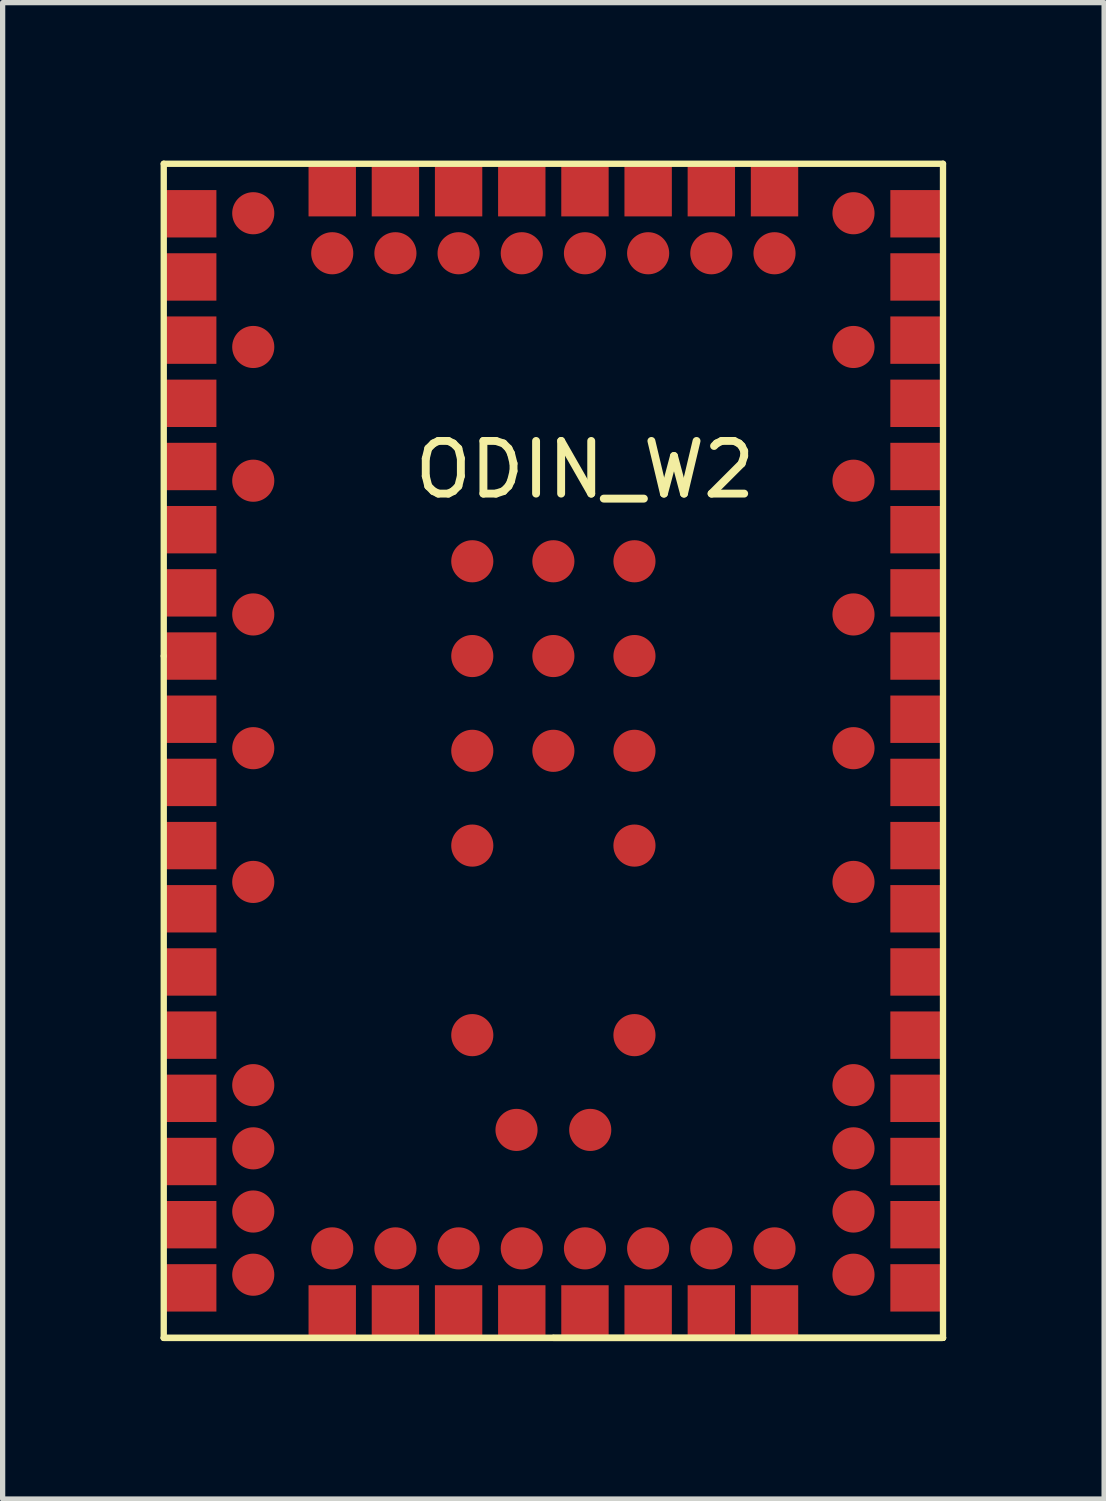
<source format=kicad_pcb>
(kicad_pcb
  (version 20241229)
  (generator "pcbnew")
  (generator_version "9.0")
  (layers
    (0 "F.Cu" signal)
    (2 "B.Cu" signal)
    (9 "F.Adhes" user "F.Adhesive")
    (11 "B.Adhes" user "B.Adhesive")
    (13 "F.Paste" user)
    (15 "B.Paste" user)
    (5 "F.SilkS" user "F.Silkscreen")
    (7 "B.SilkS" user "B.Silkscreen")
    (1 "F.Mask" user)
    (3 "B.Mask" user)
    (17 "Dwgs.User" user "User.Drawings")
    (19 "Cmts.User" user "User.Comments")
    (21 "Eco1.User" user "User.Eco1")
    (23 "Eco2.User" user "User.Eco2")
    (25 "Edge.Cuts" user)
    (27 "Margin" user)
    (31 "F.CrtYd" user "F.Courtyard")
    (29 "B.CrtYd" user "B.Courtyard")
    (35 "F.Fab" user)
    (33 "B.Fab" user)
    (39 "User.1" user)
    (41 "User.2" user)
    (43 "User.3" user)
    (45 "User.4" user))
  (footprint "ODIN_W2"
    (layer "F.Cu")
    (at 7.46 9.41)
    (property "Reference" "ODIN_W2" (at 0.6 -3.54 0) (layer "F.SilkS") (effects (font (size 1 1) (thickness 0.15))))
    (attr through_hole)
    (fp_line (start -7.4 -9.35) (end 7.4 -9.35) (stroke (width 0.12) (type solid)) (layer "F.SilkS"))
    (fp_line (start -7.4 0) (end -7.4 -9.35) (stroke (width 0.12) (type solid)) (layer "F.SilkS"))
    (fp_line (start -7.4 0) (end -7.4 12.95) (stroke (width 0.12) (type solid)) (layer "F.SilkS"))
    (fp_line (start -7.4 12.95) (end 7.4 12.95) (stroke (width 0.12) (type solid)) (layer "F.SilkS"))
    (fp_line (start 0 12.95) (end -7.4 12.95) (stroke (width 0.12) (type solid)) (layer "F.SilkS"))
    (fp_line (start 0 12.95) (end 7.4 12.95) (stroke (width 0.12) (type solid)) (layer "F.SilkS"))
    (fp_line (start 7.4 -9.35) (end 7.4 12.95) (stroke (width 0.12) (type solid)) (layer "F.SilkS"))
    (fp_line (start 7.4 12.95) (end 0 12.95) (stroke (width 0.12) (type solid)) (layer "F.SilkS"))
    (pad "A1" smd rect (at -6.9 -8.4) (size 1 0.9) (layers "F.Cu" "F.Mask" "F.Paste"))
    (pad "A2" smd rect (at -6.9 -7.2) (size 1 0.9) (layers "F.Cu" "F.Mask" "F.Paste"))
    (pad "A3" smd rect (at -6.9 -6) (size 1 0.9) (layers "F.Cu" "F.Mask" "F.Paste"))
    (pad "A4" smd rect (at -6.9 -4.8) (size 1 0.9) (layers "F.Cu" "F.Mask" "F.Paste"))
    (pad "A5" smd rect (at -6.9 -3.6) (size 1 0.9) (layers "F.Cu" "F.Mask" "F.Paste"))
    (pad "A6" smd rect (at -6.9 -2.4) (size 1 0.9) (layers "F.Cu" "F.Mask" "F.Paste"))
    (pad "A7" smd rect (at -6.9 -1.2) (size 1 0.9) (layers "F.Cu" "F.Mask" "F.Paste"))
    (pad "A8" smd rect (at -6.9 0) (size 1 0.9) (layers "F.Cu" "F.Mask" "F.Paste"))
    (pad "A9" smd rect (at -6.9 1.2) (size 1 0.9) (layers "F.Cu" "F.Mask" "F.Paste"))
    (pad "A10" smd rect (at -6.9 2.4) (size 1 0.9) (layers "F.Cu" "F.Mask" "F.Paste"))
    (pad "A11" smd rect (at -6.9 3.6) (size 1 0.9) (layers "F.Cu" "F.Mask" "F.Paste"))
    (pad "A12" smd rect (at -6.9 4.8) (size 1 0.9) (layers "F.Cu" "F.Mask" "F.Paste"))
    (pad "A13" smd rect (at -6.9 6) (size 1 0.9) (layers "F.Cu" "F.Mask" "F.Paste"))
    (pad "A14" smd rect (at -6.9 7.2) (size 1 0.9) (layers "F.Cu" "F.Mask" "F.Paste"))
    (pad "A15" smd rect (at -6.9 8.4) (size 1 0.9) (layers "F.Cu" "F.Mask" "F.Paste"))
    (pad "A16" smd rect (at -6.9 9.6) (size 1 0.9) (layers "F.Cu" "F.Mask" "F.Paste"))
    (pad "A17" smd rect (at -6.9 10.8) (size 1 0.9) (layers "F.Cu" "F.Mask" "F.Paste"))
    (pad "A18" smd rect (at -6.9 12) (size 1 0.9) (layers "F.Cu" "F.Mask" "F.Paste"))
    (pad "B1" smd rect (at -4.2 12.45) (size 0.9 1) (layers "F.Cu" "F.Mask" "F.Paste"))
    (pad "B2" smd rect (at -3 12.45) (size 0.9 1) (layers "F.Cu" "F.Mask" "F.Paste"))
    (pad "B3" smd rect (at -1.8 12.45) (size 0.9 1) (layers "F.Cu" "F.Mask" "F.Paste"))
    (pad "B4" smd rect (at -0.6 12.45) (size 0.9 1) (layers "F.Cu" "F.Mask" "F.Paste"))
    (pad "B5" smd rect (at 0.6 12.45) (size 0.9 1) (layers "F.Cu" "F.Mask" "F.Paste"))
    (pad "B6" smd rect (at 1.8 12.45) (size 0.9 1) (layers "F.Cu" "F.Mask" "F.Paste"))
    (pad "B7" smd rect (at 3 12.45) (size 0.9 1) (layers "F.Cu" "F.Mask" "F.Paste"))
    (pad "B8" smd rect (at 4.2 12.45) (size 0.9 1) (layers "F.Cu" "F.Mask" "F.Paste"))
    (pad "C1" smd rect (at 6.9 12) (size 1 0.9) (layers "F.Cu" "F.Mask" "F.Paste"))
    (pad "C2" smd rect (at 6.9 10.8) (size 1 0.9) (layers "F.Cu" "F.Mask" "F.Paste"))
    (pad "C3" smd rect (at 6.9 9.6) (size 1 0.9) (layers "F.Cu" "F.Mask" "F.Paste"))
    (pad "C4" smd rect (at 6.9 8.4) (size 1 0.9) (layers "F.Cu" "F.Mask" "F.Paste"))
    (pad "C5" smd rect (at 6.9 7.2) (size 1 0.9) (layers "F.Cu" "F.Mask" "F.Paste"))
    (pad "C6" smd rect (at 6.9 6) (size 1 0.9) (layers "F.Cu" "F.Mask" "F.Paste"))
    (pad "C7" smd rect (at 6.9 4.8) (size 1 0.9) (layers "F.Cu" "F.Mask" "F.Paste"))
    (pad "C8" smd rect (at 6.9 3.6) (size 1 0.9) (layers "F.Cu" "F.Mask" "F.Paste"))
    (pad "C9" smd rect (at 6.9 2.4) (size 1 0.9) (layers "F.Cu" "F.Mask" "F.Paste"))
    (pad "C10" smd rect (at 6.9 1.2) (size 1 0.9) (layers "F.Cu" "F.Mask" "F.Paste"))
    (pad "C11" smd rect (at 6.9 0) (size 1 0.9) (layers "F.Cu" "F.Mask" "F.Paste"))
    (pad "C12" smd rect (at 6.9 -1.2) (size 1 0.9) (layers "F.Cu" "F.Mask" "F.Paste"))
    (pad "C13" smd rect (at 6.9 -2.4) (size 1 0.9) (layers "F.Cu" "F.Mask" "F.Paste"))
    (pad "C14" smd rect (at 6.9 -3.6) (size 1 0.9) (layers "F.Cu" "F.Mask" "F.Paste"))
    (pad "C15" smd rect (at 6.9 -4.8) (size 1 0.9) (layers "F.Cu" "F.Mask" "F.Paste"))
    (pad "C16" smd rect (at 6.9 -6) (size 1 0.9) (layers "F.Cu" "F.Mask" "F.Paste"))
    (pad "C17" smd rect (at 6.9 -7.2) (size 1 0.9) (layers "F.Cu" "F.Mask" "F.Paste"))
    (pad "C18" smd rect (at 6.9 -8.4) (size 1 0.9) (layers "F.Cu" "F.Mask" "F.Paste"))
    (pad "D1" smd rect (at 4.2 -8.85) (size 0.9 1) (layers "F.Cu" "F.Mask" "F.Paste"))
    (pad "D2" smd rect (at 3 -8.85) (size 0.9 1) (layers "F.Cu" "F.Mask" "F.Paste"))
    (pad "D3" smd rect (at 1.8 -8.85) (size 0.9 1) (layers "F.Cu" "F.Mask" "F.Paste"))
    (pad "D4" smd rect (at 0.6 -8.85) (size 0.9 1) (layers "F.Cu" "F.Mask" "F.Paste"))
    (pad "D5" smd rect (at -0.6 -8.85) (size 0.9 1) (layers "F.Cu" "F.Mask" "F.Paste"))
    (pad "D6" smd rect (at -1.8 -8.85) (size 0.9 1) (layers "F.Cu" "F.Mask" "F.Paste"))
    (pad "D7" smd rect (at -3 -8.85) (size 0.9 1) (layers "F.Cu" "F.Mask" "F.Paste"))
    (pad "D8" smd rect (at -4.2 -8.85) (size 0.9 1) (layers "F.Cu" "F.Mask" "F.Paste"))
    (pad "G1" smd circle (at -5.7 8.15) (size 0.8 0.8) (layers "F.Cu" "F.Mask" "F.Paste"))
    (pad "G2" smd circle (at -5.7 9.35) (size 0.8 0.8) (layers "F.Cu" "F.Mask" "F.Paste"))
    (pad "G3" smd circle (at -5.7 10.55) (size 0.8 0.8) (layers "F.Cu" "F.Mask" "F.Paste"))
    (pad "G4" smd circle (at -5.7 11.75) (size 0.8 0.8) (layers "F.Cu" "F.Mask" "F.Paste"))
    (pad "G5" smd circle (at -4.2 11.25) (size 0.8 0.8) (layers "F.Cu" "F.Mask" "F.Paste"))
    (pad "G6" smd circle (at -3 11.25) (size 0.8 0.8) (layers "F.Cu" "F.Mask" "F.Paste"))
    (pad "G7" smd circle (at -1.8 11.25) (size 0.8 0.8) (layers "F.Cu" "F.Mask" "F.Paste"))
    (pad "G8" smd circle (at -0.6 11.25) (size 0.8 0.8) (layers "F.Cu" "F.Mask" "F.Paste"))
    (pad "G9" smd circle (at 0.6 11.25) (size 0.8 0.8) (layers "F.Cu" "F.Mask" "F.Paste"))
    (pad "G10" smd circle (at 1.8 11.25) (size 0.8 0.8) (layers "F.Cu" "F.Mask" "F.Paste"))
    (pad "G11" smd circle (at 3 11.25) (size 0.8 0.8) (layers "F.Cu" "F.Mask" "F.Paste"))
    (pad "G12" smd circle (at 4.2 11.25) (size 0.8 0.8) (layers "F.Cu" "F.Mask" "F.Paste"))
    (pad "G13" smd circle (at 5.7 11.75) (size 0.8 0.8) (layers "F.Cu" "F.Mask" "F.Paste"))
    (pad "G14" smd circle (at 5.7 10.55) (size 0.8 0.8) (layers "F.Cu" "F.Mask" "F.Paste"))
    (pad "G15" smd circle (at 5.7 9.35) (size 0.8 0.8) (layers "F.Cu" "F.Mask" "F.Paste"))
    (pad "G16" smd circle (at 5.7 8.15) (size 0.8 0.8) (layers "F.Cu" "F.Mask" "F.Paste"))
    (pad "G17" smd circle (at 4.2 -7.65) (size 0.8 0.8) (layers "F.Cu" "F.Mask" "F.Paste"))
    (pad "G18" smd circle (at 3 -7.65) (size 0.8 0.8) (layers "F.Cu" "F.Mask" "F.Paste"))
    (pad "G19" smd circle (at 1.8 -7.65) (size 0.8 0.8) (layers "F.Cu" "F.Mask" "F.Paste"))
    (pad "G20" smd circle (at 0.6 -7.65) (size 0.8 0.8) (layers "F.Cu" "F.Mask" "F.Paste"))
    (pad "G21" smd circle (at -0.6 -7.65) (size 0.8 0.8) (layers "F.Cu" "F.Mask" "F.Paste"))
    (pad "G22" smd circle (at -1.8 -7.65) (size 0.8 0.8) (layers "F.Cu" "F.Mask" "F.Paste"))
    (pad "G23" smd circle (at -3 -7.65) (size 0.8 0.8) (layers "F.Cu" "F.Mask" "F.Paste"))
    (pad "G24" smd circle (at -4.2 -7.65) (size 0.8 0.8) (layers "F.Cu" "F.Mask" "F.Paste"))
    (pad "G25" smd circle (at -1.54 7.2) (size 0.8 0.8) (layers "F.Cu" "F.Mask" "F.Paste"))
    (pad "G26" smd circle (at -0.7 9) (size 0.8 0.8) (layers "F.Cu" "F.Mask" "F.Paste"))
    (pad "G27" smd circle (at 0.7 9) (size 0.8 0.8) (layers "F.Cu" "F.Mask" "F.Paste"))
    (pad "G28" smd circle (at 1.54 7.2) (size 0.8 0.8) (layers "F.Cu" "F.Mask" "F.Paste"))
    (pad "G29" smd circle (at 1.54 3.6) (size 0.8 0.8) (layers "F.Cu" "F.Mask" "F.Paste"))
    (pad "G30" smd circle (at 1.54 1.8) (size 0.8 0.8) (layers "F.Cu" "F.Mask" "F.Paste"))
    (pad "G31" smd circle (at 1.54 0) (size 0.8 0.8) (layers "F.Cu" "F.Mask" "F.Paste"))
    (pad "G32" smd circle (at 1.54 -1.8) (size 0.8 0.8) (layers "F.Cu" "F.Mask" "F.Paste"))
    (pad "G33" smd circle (at 0 -1.8) (size 0.8 0.8) (layers "F.Cu" "F.Mask" "F.Paste"))
    (pad "G34" smd circle (at 0 0) (size 0.8 0.8) (layers "F.Cu" "F.Mask" "F.Paste"))
    (pad "G35" smd circle (at 0 1.8) (size 0.8 0.8) (layers "F.Cu" "F.Mask" "F.Paste"))
    (pad "G36" smd circle (at -1.54 3.6) (size 0.8 0.8) (layers "F.Cu" "F.Mask" "F.Paste"))
    (pad "G37" smd circle (at -1.54 1.8) (size 0.8 0.8) (layers "F.Cu" "F.Mask" "F.Paste"))
    (pad "G38" smd circle (at -1.54 0) (size 0.8 0.8) (layers "F.Cu" "F.Mask" "F.Paste"))
    (pad "G39" smd circle (at -1.54 -1.8) (size 0.8 0.8) (layers "F.Cu" "F.Mask" "F.Paste"))
    (pad "TP1" smd circle (at -5.7 4.29) (size 0.8 0.8) (layers "F.Cu" "F.Mask" "F.Paste"))
    (pad "TP2" smd circle (at 5.7 4.29) (size 0.8 0.8) (layers "F.Cu" "F.Mask" "F.Paste"))
    (pad "TP3" smd circle (at -5.7 1.75) (size 0.8 0.8) (layers "F.Cu" "F.Mask" "F.Paste"))
    (pad "TP4" smd circle (at 5.7 1.75) (size 0.8 0.8) (layers "F.Cu" "F.Mask" "F.Paste"))
    (pad "TP5" smd circle (at -5.7 -0.79) (size 0.8 0.8) (layers "F.Cu" "F.Mask" "F.Paste"))
    (pad "TP6" smd circle (at 5.7 -0.79) (size 0.8 0.8) (layers "F.Cu" "F.Mask" "F.Paste"))
    (pad "TP7" smd circle (at -5.7 -3.33) (size 0.8 0.8) (layers "F.Cu" "F.Mask" "F.Paste"))
    (pad "TP8" smd circle (at 5.7 -3.33) (size 0.8 0.8) (layers "F.Cu" "F.Mask" "F.Paste"))
    (pad "TP9" smd circle (at -5.7 -5.87) (size 0.8 0.8) (layers "F.Cu" "F.Mask" "F.Paste"))
    (pad "TP10" smd circle (at 5.7 -5.87) (size 0.8 0.8) (layers "F.Cu" "F.Mask" "F.Paste"))
    (pad "TP11" smd circle (at -5.7 -8.41) (size 0.8 0.8) (layers "F.Cu" "F.Mask" "F.Paste"))
    (pad "TP12" smd circle (at 5.7 -8.41) (size 0.8 0.8) (layers "F.Cu" "F.Mask" "F.Paste")))
  (gr_rect
    (start -3 -3)
    (end 17.92 25.42)
    (stroke (width 0.1) (type default))
    (fill no)
    (layer "Edge.Cuts")))
</source>
